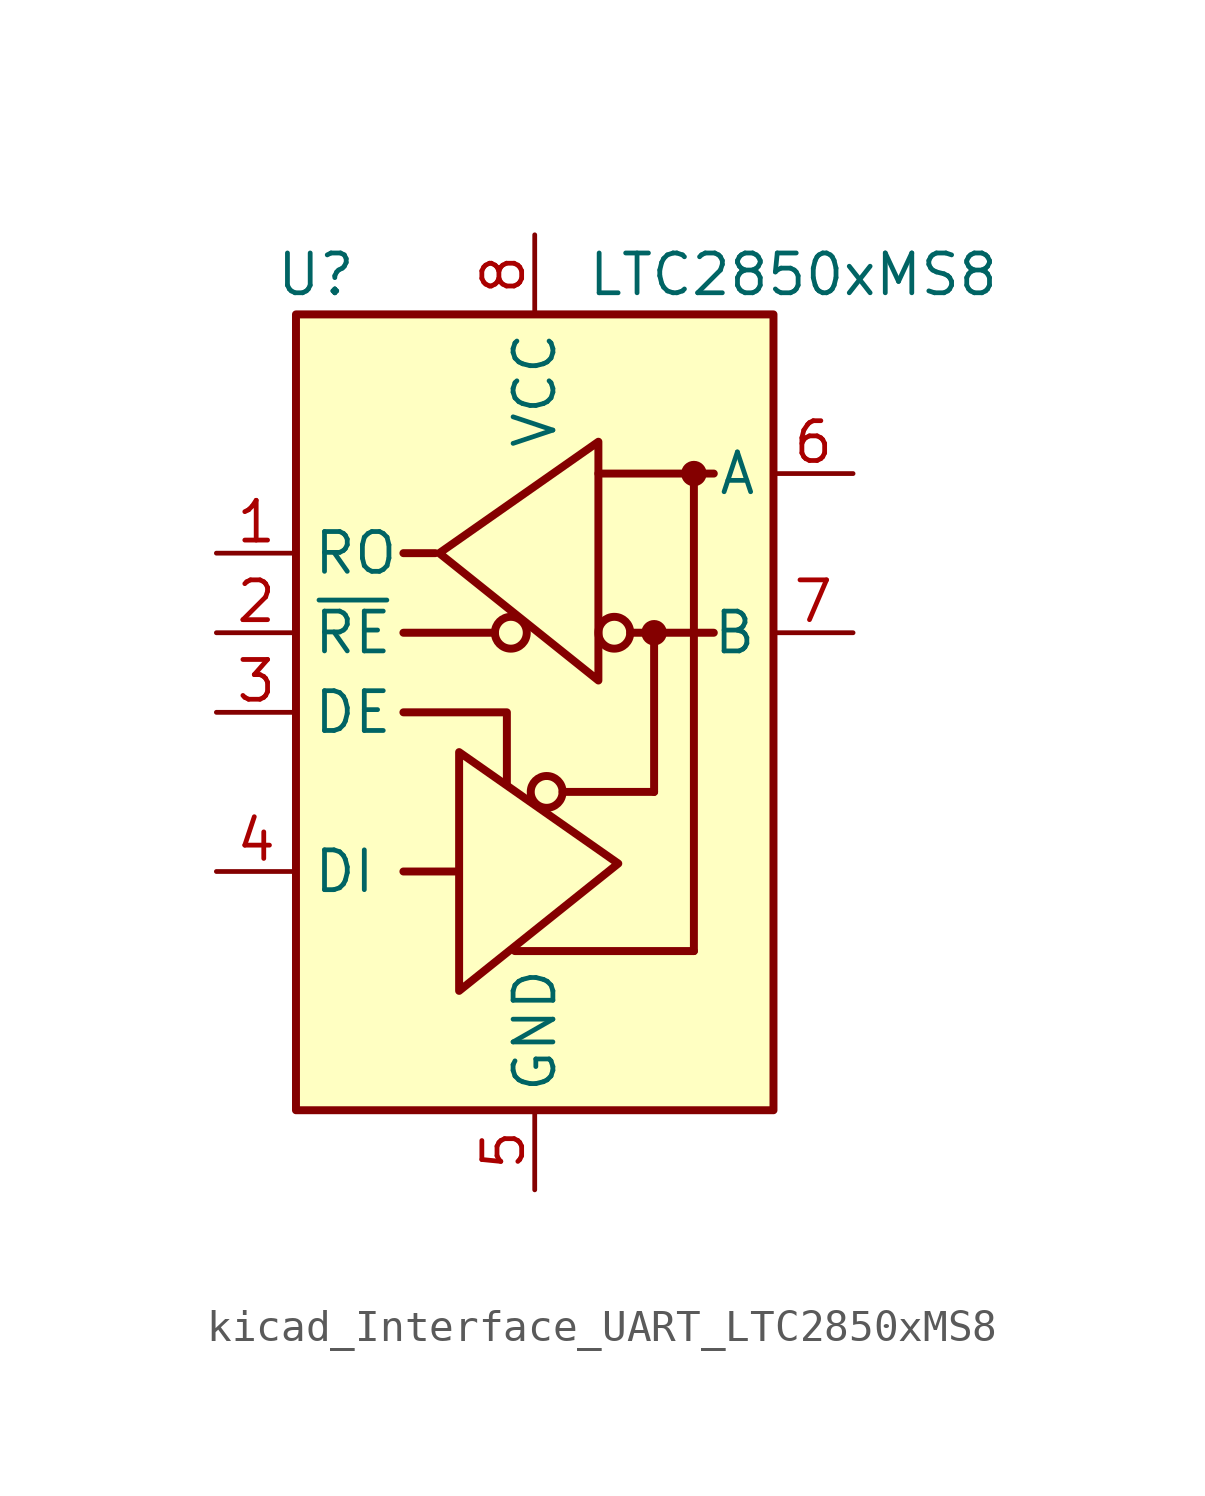
<source format=kicad_sym>
(kicad_symbol_lib
  (version 20220914)
  (generator kicad_symbol_editor)
  (symbol "kicad_Interface_UART_LTC2850xMS8"
    (property "Reference" "U"
      (at -6.985 13.97 0)
      (effects (font (size 1.27 1.27))))
    (property "Value" "LTC2850xMS8"
      (at 8.255 13.97 0)
      (effects (font (size 1.27 1.27))))
    (symbol "kicad_Interface_UART_LTC2850xMS8_0_1"
      (rectangle (start -7.62 12.7) (end 7.62 -12.7) (stroke (width 0.254) (type default)) (fill (type background))))
    (symbol "kicad_Interface_UART_LTC2850xMS8_1_1"
      (circle (center -0.762 2.54) (radius 0.508) (stroke (width 0.254) (type default)) (fill (type none)))
      (polyline (pts (xy -4.191 2.54) (xy -1.27 2.54)) (stroke (width 0.254) (type default)) (fill (type none)))
      (polyline (pts (xy -2.54 -5.08) (xy -4.191 -5.08)) (stroke (width 0.254) (type default)) (fill (type none)))
      (polyline (pts (xy -0.635 -7.62) (xy 5.08 -7.62)) (stroke (width 0.254) (type default)) (fill (type none)))
      (polyline (pts (xy 0.889 -2.54) (xy 3.81 -2.54)) (stroke (width 0.254) (type default)) (fill (type none)))
      (polyline (pts (xy 2.032 7.62) (xy 5.715 7.62)) (stroke (width 0.254) (type default)) (fill (type none)))
      (polyline (pts (xy 3.048 2.54) (xy 5.715 2.54)) (stroke (width 0.254) (type default)) (fill (type none)))
      (polyline (pts (xy 3.81 -2.54) (xy 3.81 2.54)) (stroke (width 0.254) (type default)) (fill (type none)))
      (polyline (pts (xy 5.08 -7.62) (xy 5.08 7.62)) (stroke (width 0.254) (type default)) (fill (type none)))
      (polyline (pts (xy -4.191 0) (xy -0.889 0) (xy -0.889 -2.286)) (stroke (width 0.254) (type default)) (fill (type none)))
      (polyline (pts (xy -3.175 5.08) (xy -4.191 5.08) (xy -4.064 5.08)) (stroke (width 0.254) (type default)) (fill (type none)))
      (polyline (pts (xy -2.413 -5.08) (xy -2.413 -1.27) (xy 2.667 -4.826) (xy -2.413 -8.89) (xy -2.413 -5.08)) (stroke (width 0.254) (type default)) (fill (type none)))
      (polyline (pts (xy 2.032 4.826) (xy 2.032 8.636) (xy -3.048 5.08) (xy 2.032 1.016) (xy 2.032 4.826)) (stroke (width 0.254) (type default)) (fill (type none)))
      (circle (center 0.381 -2.54) (radius 0.508) (stroke (width 0.254) (type default)) (fill (type none)))
      (circle (center 2.54 2.54) (radius 0.508) (stroke (width 0.254) (type default)) (fill (type none)))
      (circle (center 3.81 2.54) (radius 0.279) (stroke (width 0.254) (type default)) (fill (type outline)))
      (circle (center 5.08 7.62) (radius 0.279) (stroke (width 0.254) (type default)) (fill (type outline)))
      (pin output line (at -10.16 5.08 0) (length 2.54) (name "RO" (effects (font (size 1.27 1.27)))) (number "1" (effects (font (size 1.27 1.27)))))
      (pin input line (at -10.16 2.54 0) (length 2.54) (name "~{RE}" (effects (font (size 1.27 1.27)))) (number "2" (effects (font (size 1.27 1.27)))))
      (pin input line (at -10.16 0 0) (length 2.54) (name "DE" (effects (font (size 1.27 1.27)))) (number "3" (effects (font (size 1.27 1.27)))))
      (pin input line (at -10.16 -5.08 0) (length 2.54) (name "DI" (effects (font (size 1.27 1.27)))) (number "4" (effects (font (size 1.27 1.27)))))
      (pin power_in line (at 0 -15.24 90) (length 2.54) (name "GND" (effects (font (size 1.27 1.27)))) (number "5" (effects (font (size 1.27 1.27)))))
      (pin bidirectional line (at 10.16 7.62 180) (length 2.54) (name "A" (effects (font (size 1.27 1.27)))) (number "6" (effects (font (size 1.27 1.27)))))
      (pin bidirectional line (at 10.16 2.54 180) (length 2.54) (name "B" (effects (font (size 1.27 1.27)))) (number "7" (effects (font (size 1.27 1.27)))))
      (pin power_in line (at 0 15.24 270) (length 2.54) (name "VCC" (effects (font (size 1.27 1.27)))) (number "8" (effects (font (size 1.27 1.27))))))))
</source>
